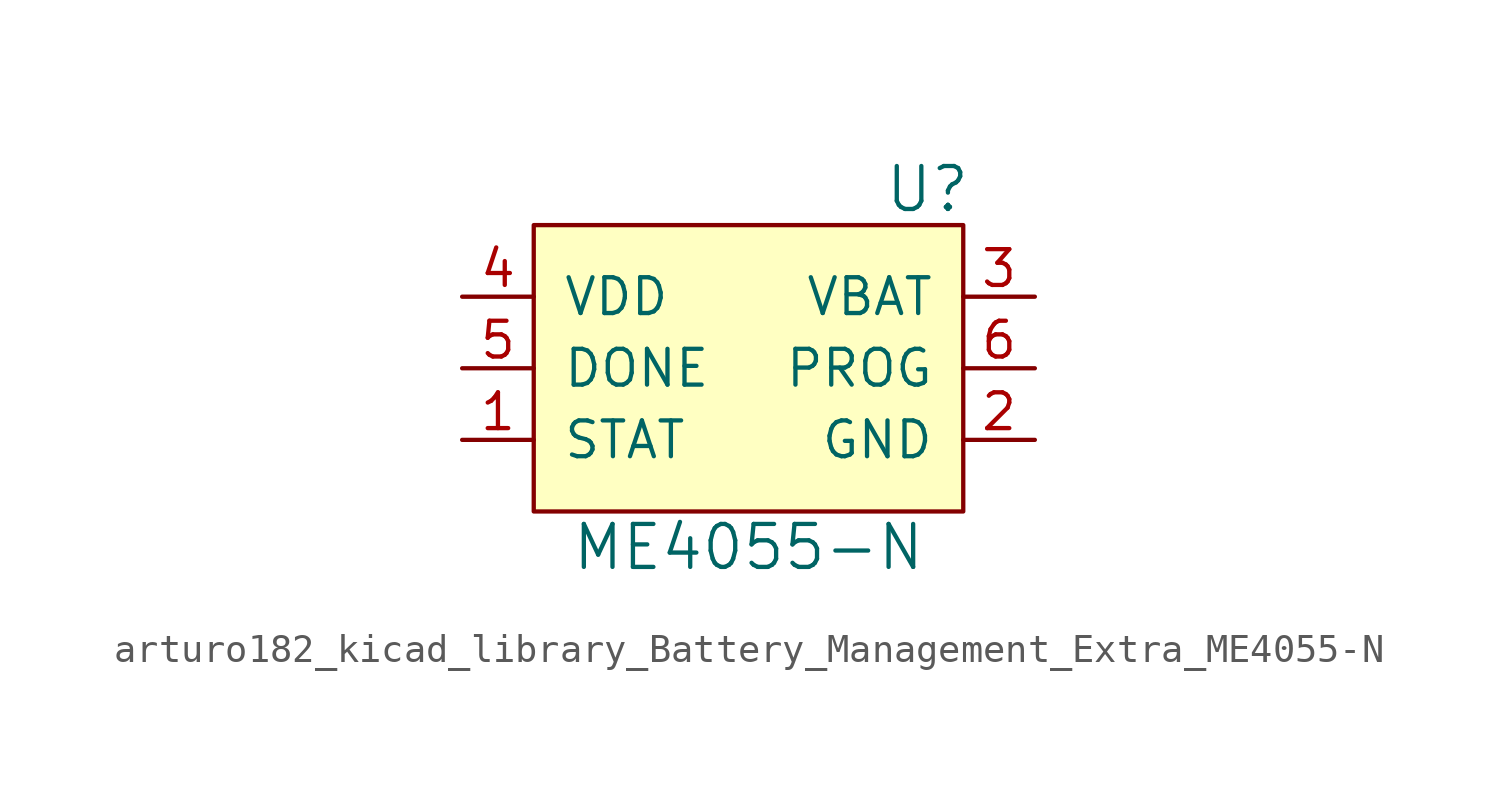
<source format=kicad_sym>
(kicad_symbol_lib
  (version 20220914)
  (generator kicad_symbol_editor)
  (symbol "arturo182_kicad_library_Battery_Management_Extra_ME4055-N"
    (pin_names
      (offset 1.016))
    (property "Reference" "U"
      (at 6.35 6.35 0)
      (effects (font (size 1.524 1.524))))
    (property "Value" "ME4055-N"
      (at 0 -6.35 0)
      (effects (font (size 1.524 1.524))))
    (symbol "arturo182_kicad_library_Battery_Management_Extra_ME4055-N_0_1"
      (rectangle (start -7.62 5.08) (end 7.62 -5.08) (stroke (width 0) (type default) (color 0 0 0 0)) (fill (type background))))
    (symbol "arturo182_kicad_library_Battery_Management_Extra_ME4055-N_1_1"
      (pin output line (at -10.16 -2.54 0) (length 2.54) (name "STAT" (effects (font (size 1.27 1.27)))) (number "1" (effects (font (size 1.27 1.27)))))
      (pin power_in line (at 10.16 -2.54 180) (length 2.54) (name "GND" (effects (font (size 1.27 1.27)))) (number "2" (effects (font (size 1.27 1.27)))))
      (pin power_out line (at 10.16 2.54 180) (length 2.54) (name "VBAT" (effects (font (size 1.27 1.27)))) (number "3" (effects (font (size 1.27 1.27)))))
      (pin power_in line (at -10.16 2.54 0) (length 2.54) (name "VDD" (effects (font (size 1.27 1.27)))) (number "4" (effects (font (size 1.27 1.27)))))
      (pin output line (at -10.16 0 0) (length 2.54) (name "DONE" (effects (font (size 1.27 1.27)))) (number "5" (effects (font (size 1.27 1.27)))))
      (pin input line (at 10.16 0 180) (length 2.54) (name "PROG" (effects (font (size 1.27 1.27)))) (number "6" (effects (font (size 1.27 1.27))))))))
</source>
